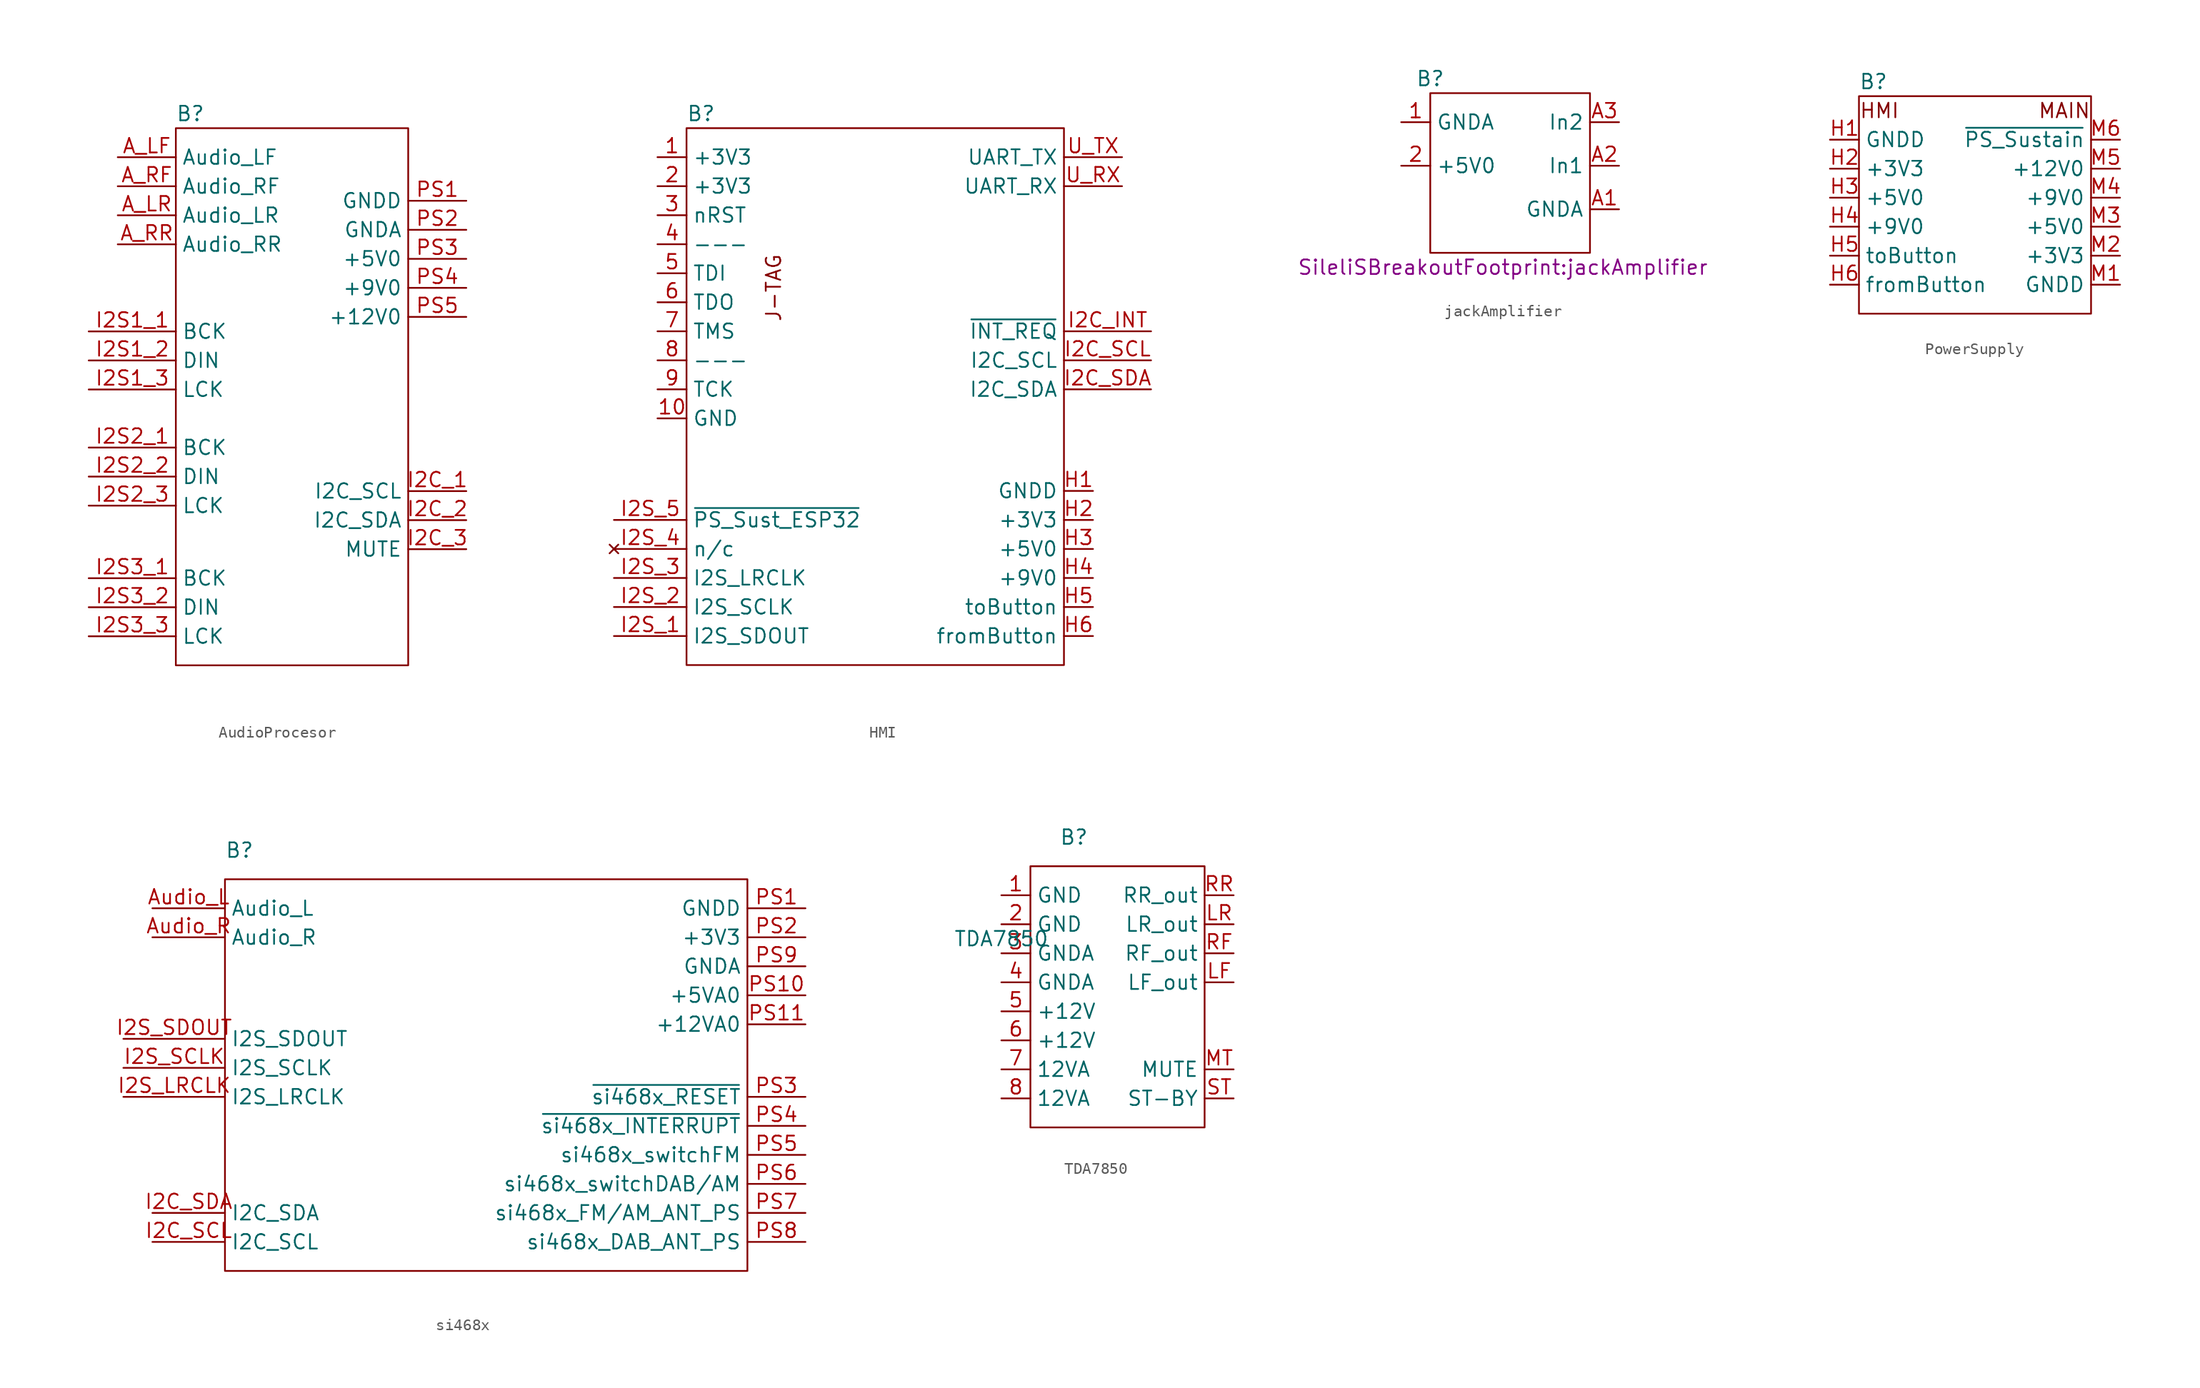
<source format=kicad_sym>
(kicad_symbol_lib
  (version 20220914)
  (generator kicad_symbol_editor)
  (symbol "AudioProcesor"
    (property "Reference" "B"
      (at -8.89 24.13 0)
      (effects (font (size 1.27 1.27))))
    (property "Value" ""
      (at 1.27 17.78 0)
      (effects (font (size 1.27 1.27))))
    (symbol "AudioProcesor_0_1"
      (rectangle (start -10.16 22.86) (end 10.16 -24.13) (stroke (width 0) (type default)) (fill (type none))))
    (symbol "AudioProcesor_1_1"
      (pin output line (at -15.24 20.32 0) (length 5.08) (name "Audio_LF" (effects (font (size 1.27 1.27)))) (number "A_LF" (effects (font (size 1.27 1.27)))))
      (pin output line (at -15.24 15.24 0) (length 5.08) (name "Audio_LR" (effects (font (size 1.27 1.27)))) (number "A_LR" (effects (font (size 1.27 1.27)))))
      (pin output line (at -15.24 17.78 0) (length 5.08) (name "Audio_RF" (effects (font (size 1.27 1.27)))) (number "A_RF" (effects (font (size 1.27 1.27)))))
      (pin output line (at -15.24 12.7 0) (length 5.08) (name "Audio_RR" (effects (font (size 1.27 1.27)))) (number "A_RR" (effects (font (size 1.27 1.27)))))
      (pin input line (at 15.24 -8.89 180) (length 5.08) (name "I2C_SCL" (effects (font (size 1.27 1.27)))) (number "I2C_1" (effects (font (size 1.27 1.27)))))
      (pin input line (at 15.24 -11.43 180) (length 5.08) (name "I2C_SDA" (effects (font (size 1.27 1.27)))) (number "I2C_2" (effects (font (size 1.27 1.27)))))
      (pin input line (at 15.24 -13.97 180) (length 5.08) (name "MUTE" (effects (font (size 1.27 1.27)))) (number "I2C_3" (effects (font (size 1.27 1.27)))))
      (pin input line (at -17.78 5.08 0) (length 7.62) (name "BCK" (effects (font (size 1.27 1.27)))) (number "I2S1_1" (effects (font (size 1.27 1.27)))))
      (pin input line (at -17.78 2.54 0) (length 7.62) (name "DIN" (effects (font (size 1.27 1.27)))) (number "I2S1_2" (effects (font (size 1.27 1.27)))))
      (pin input line (at -17.78 0 0) (length 7.62) (name "LCK" (effects (font (size 1.27 1.27)))) (number "I2S1_3" (effects (font (size 1.27 1.27)))))
      (pin input line (at -17.78 -5.08 0) (length 7.62) (name "BCK" (effects (font (size 1.27 1.27)))) (number "I2S2_1" (effects (font (size 1.27 1.27)))))
      (pin input line (at -17.78 -7.62 0) (length 7.62) (name "DIN" (effects (font (size 1.27 1.27)))) (number "I2S2_2" (effects (font (size 1.27 1.27)))))
      (pin input line (at -17.78 -10.16 0) (length 7.62) (name "LCK" (effects (font (size 1.27 1.27)))) (number "I2S2_3" (effects (font (size 1.27 1.27)))))
      (pin input line (at -17.78 -16.51 0) (length 7.62) (name "BCK" (effects (font (size 1.27 1.27)))) (number "I2S3_1" (effects (font (size 1.27 1.27)))))
      (pin input line (at -17.78 -19.05 0) (length 7.62) (name "DIN" (effects (font (size 1.27 1.27)))) (number "I2S3_2" (effects (font (size 1.27 1.27)))))
      (pin input line (at -17.78 -21.59 0) (length 7.62) (name "LCK" (effects (font (size 1.27 1.27)))) (number "I2S3_3" (effects (font (size 1.27 1.27)))))
      (pin input line (at 15.24 16.51 180) (length 5.08) (name "GNDD" (effects (font (size 1.27 1.27)))) (number "PS1" (effects (font (size 1.27 1.27)))))
      (pin input line (at 15.24 13.97 180) (length 5.08) (name "GNDA" (effects (font (size 1.27 1.27)))) (number "PS2" (effects (font (size 1.27 1.27)))))
      (pin input line (at 15.24 11.43 180) (length 5.08) (name "+5V0" (effects (font (size 1.27 1.27)))) (number "PS3" (effects (font (size 1.27 1.27)))))
      (pin input line (at 15.24 8.89 180) (length 5.08) (name "+9V0" (effects (font (size 1.27 1.27)))) (number "PS4" (effects (font (size 1.27 1.27)))))
      (pin input line (at 15.24 6.35 180) (length 5.08) (name "+12V0" (effects (font (size 1.27 1.27)))) (number "PS5" (effects (font (size 1.27 1.27)))))))
  (symbol "HMI"
    (property "Reference" "B"
      (at -15.24 24.13 0)
      (effects (font (size 1.27 1.27))))
    (property "Value" ""
      (at -2.54 13.97 0)
      (effects (font (size 1.27 1.27))))
    (symbol "HMI_1_1"
      (rectangle (start -16.51 22.86) (end 16.51 -24.13) (stroke (width 0) (type default)) (fill (type none)))
      (text "J-TAG" (at -8.89 8.89 900) (effects (font (size 1.27 1.27))))
      (pin input line (at -19.05 20.32 0) (length 2.54) (name "+3V3" (effects (font (size 1.27 1.27)))) (number "1" (effects (font (size 1.27 1.27)))))
      (pin input line (at -19.05 -2.54 0) (length 2.54) (name "GND" (effects (font (size 1.27 1.27)))) (number "10" (effects (font (size 1.27 1.27)))))
      (pin input line (at -19.05 17.78 0) (length 2.54) (name "+3V3" (effects (font (size 1.27 1.27)))) (number "2" (effects (font (size 1.27 1.27)))))
      (pin input line (at -19.05 15.24 0) (length 2.54) (name "nRST" (effects (font (size 1.27 1.27)))) (number "3" (effects (font (size 1.27 1.27)))))
      (pin input line (at -19.05 12.7 0) (length 2.54) (name "---" (effects (font (size 1.27 1.27)))) (number "4" (effects (font (size 1.27 1.27)))))
      (pin input line (at -19.05 10.16 0) (length 2.54) (name "TDI" (effects (font (size 1.27 1.27)))) (number "5" (effects (font (size 1.27 1.27)))))
      (pin input line (at -19.05 7.62 0) (length 2.54) (name "TDO" (effects (font (size 1.27 1.27)))) (number "6" (effects (font (size 1.27 1.27)))))
      (pin input line (at -19.05 5.08 0) (length 2.54) (name "TMS" (effects (font (size 1.27 1.27)))) (number "7" (effects (font (size 1.27 1.27)))))
      (pin input line (at -19.05 2.54 0) (length 2.54) (name "---" (effects (font (size 1.27 1.27)))) (number "8" (effects (font (size 1.27 1.27)))))
      (pin input line (at -19.05 0 0) (length 2.54) (name "TCK" (effects (font (size 1.27 1.27)))) (number "9" (effects (font (size 1.27 1.27)))))
      (pin power_out line (at 19.05 -8.89 180) (length 2.54) (name "GNDD" (effects (font (size 1.27 1.27)))) (number "H1" (effects (font (size 1.27 1.27)))))
      (pin power_out line (at 19.05 -11.43 180) (length 2.54) (name "+3V3" (effects (font (size 1.27 1.27)))) (number "H2" (effects (font (size 1.27 1.27)))))
      (pin power_out line (at 19.05 -13.97 180) (length 2.54) (name "+5V0" (effects (font (size 1.27 1.27)))) (number "H3" (effects (font (size 1.27 1.27)))))
      (pin power_out line (at 19.05 -16.51 180) (length 2.54) (name "+9V0" (effects (font (size 1.27 1.27)))) (number "H4" (effects (font (size 1.27 1.27)))))
      (pin output line (at 19.05 -19.05 180) (length 2.54) (name "toButton" (effects (font (size 1.27 1.27)))) (number "H5" (effects (font (size 1.27 1.27)))))
      (pin input line (at 19.05 -21.59 180) (length 2.54) (name "fromButton" (effects (font (size 1.27 1.27)))) (number "H6" (effects (font (size 1.27 1.27)))))
      (pin input line (at 24.13 5.08 180) (length 7.62) (name "~{INT_REQ}" (effects (font (size 1.27 1.27)))) (number "I2C_INT" (effects (font (size 1.27 1.27)))))
      (pin input line (at 24.13 2.54 180) (length 7.62) (name "I2C_SCL" (effects (font (size 1.27 1.27)))) (number "I2C_SCL" (effects (font (size 1.27 1.27)))))
      (pin input line (at 24.13 0 180) (length 7.62) (name "I2C_SDA" (effects (font (size 1.27 1.27)))) (number "I2C_SDA" (effects (font (size 1.27 1.27)))))
      (pin input line (at -22.86 -21.59 0) (length 6.35) (name "I2S_SDOUT" (effects (font (size 1.27 1.27)))) (number "I2S_1" (effects (font (size 1.27 1.27)))))
      (pin input line (at -22.86 -19.05 0) (length 6.35) (name "I2S_SCLK" (effects (font (size 1.27 1.27)))) (number "I2S_2" (effects (font (size 1.27 1.27)))))
      (pin input line (at -22.86 -16.51 0) (length 6.35) (name "I2S_LRCLK" (effects (font (size 1.27 1.27)))) (number "I2S_3" (effects (font (size 1.27 1.27)))))
      (pin no_connect line (at -22.86 -13.97 0) (length 6.35) (name "n/c" (effects (font (size 1.27 1.27)))) (number "I2S_4" (effects (font (size 1.27 1.27)))))
      (pin input line (at -22.86 -11.43 0) (length 6.35) (name "~{PS_Sust_ESP32}" (effects (font (size 1.27 1.27)))) (number "I2S_5" (effects (font (size 1.27 1.27)))))
      (pin input line (at 21.59 17.78 180) (length 5.08) (name "UART_RX" (effects (font (size 1.27 1.27)))) (number "U_RX" (effects (font (size 1.27 1.27)))))
      (pin input line (at 21.59 20.32 180) (length 5.08) (name "UART_TX" (effects (font (size 1.27 1.27)))) (number "U_TX" (effects (font (size 1.27 1.27)))))))
  (symbol "jackAmplifier"
    (property "Reference" "B"
      (at -7.62 6.35 0)
      (effects (font (size 1.27 1.27))))
    (property "Value" ""
      (at -5.08 0 0)
      (effects (font (size 1.27 1.27))))
    (property "Footprint" "SileliSBreakoutFootprint:jackAmplifier"
      (at -1.27 -10.16 0)
      (effects (font (size 1.27 1.27))))
    (symbol "jackAmplifier_0_1"
      (polyline (pts (xy -7.62 5.08) (xy -7.62 -8.89) (xy 6.35 -8.89) (xy 6.35 5.08) (xy -7.62 5.08)) (stroke (width 0) (type default)) (fill (type none))))
    (symbol "jackAmplifier_1_1"
      (pin input line (at -10.16 2.54 0) (length 2.54) (name "GNDA" (effects (font (size 1.27 1.27)))) (number "1" (effects (font (size 1.27 1.27)))))
      (pin input line (at -10.16 -1.27 0) (length 2.54) (name "+5V0" (effects (font (size 1.27 1.27)))) (number "2" (effects (font (size 1.27 1.27)))))
      (pin input line (at 8.89 -5.08 180) (length 2.54) (name "GNDA" (effects (font (size 1.27 1.27)))) (number "A1" (effects (font (size 1.27 1.27)))))
      (pin input line (at 8.89 -1.27 180) (length 2.54) (name "In1" (effects (font (size 1.27 1.27)))) (number "A2" (effects (font (size 1.27 1.27)))))
      (pin input line (at 8.89 2.54 180) (length 2.54) (name "In2" (effects (font (size 1.27 1.27)))) (number "A3" (effects (font (size 1.27 1.27)))))))
  (symbol "PowerSupply"
    (property "Reference" "B"
      (at -8.89 11.43 0)
      (effects (font (size 1.27 1.27))))
    (property "Value" ""
      (at 1.27 3.81 0)
      (effects (font (size 1.27 1.27))))
    (symbol "PowerSupply_0_1"
      (rectangle (start -10.16 10.16) (end 10.16 -8.89) (stroke (width 0) (type default)) (fill (type none))))
    (symbol "PowerSupply_1_1"
      (text "HMI" (at -10.16 8.89 0) (effects (font (size 1.27 1.27)) (justify left)))
      (text "MAIN" (at 10.16 8.89 0) (effects (font (size 1.27 1.27)) (justify right)))
      (pin power_out line (at -12.7 6.35 0) (length 2.54) (name "GNDD" (effects (font (size 1.27 1.27)))) (number "H1" (effects (font (size 1.27 1.27)))))
      (pin power_out line (at -12.7 3.81 0) (length 2.54) (name "+3V3" (effects (font (size 1.27 1.27)))) (number "H2" (effects (font (size 1.27 1.27)))))
      (pin power_out line (at -12.7 1.27 0) (length 2.54) (name "+5V0" (effects (font (size 1.27 1.27)))) (number "H3" (effects (font (size 1.27 1.27)))))
      (pin power_out line (at -12.7 -1.27 0) (length 2.54) (name "+9V0" (effects (font (size 1.27 1.27)))) (number "H4" (effects (font (size 1.27 1.27)))))
      (pin output line (at -12.7 -3.81 0) (length 2.54) (name "toButton" (effects (font (size 1.27 1.27)))) (number "H5" (effects (font (size 1.27 1.27)))))
      (pin input line (at -12.7 -6.35 0) (length 2.54) (name "fromButton" (effects (font (size 1.27 1.27)))) (number "H6" (effects (font (size 1.27 1.27)))))
      (pin power_out line (at 12.7 -6.35 180) (length 2.54) (name "GNDD" (effects (font (size 1.27 1.27)))) (number "M1" (effects (font (size 1.27 1.27)))))
      (pin power_out line (at 12.7 -3.81 180) (length 2.54) (name "+3V3" (effects (font (size 1.27 1.27)))) (number "M2" (effects (font (size 1.27 1.27)))))
      (pin power_out line (at 12.7 -1.27 180) (length 2.54) (name "+5V0" (effects (font (size 1.27 1.27)))) (number "M3" (effects (font (size 1.27 1.27)))))
      (pin power_out line (at 12.7 1.27 180) (length 2.54) (name "+9V0" (effects (font (size 1.27 1.27)))) (number "M4" (effects (font (size 1.27 1.27)))))
      (pin power_out line (at 12.7 3.81 180) (length 2.54) (name "+12V0" (effects (font (size 1.27 1.27)))) (number "M5" (effects (font (size 1.27 1.27)))))
      (pin input line (at 12.7 6.35 180) (length 2.54) (name "~{PS_Sustain}" (effects (font (size 1.27 1.27)))) (number "M6" (effects (font (size 1.27 1.27)))))))
  (symbol "si468x"
    (property "Reference" "B"
      (at -21.59 20.32 0)
      (effects (font (size 1.27 1.27))))
    (property "Value" ""
      (at -15.24 10.16 0)
      (effects (font (size 1.27 1.27))))
    (symbol "si468x_0_1"
      (rectangle (start -22.86 17.78) (end 22.86 -16.51) (stroke (width 0) (type default)) (fill (type none))))
    (symbol "si468x_1_1"
      (pin input line (at -29.21 15.24 0) (length 6.35) (name "Audio_L" (effects (font (size 1.27 1.27)))) (number "Audio_L" (effects (font (size 1.27 1.27)))))
      (pin input line (at -29.21 12.7 0) (length 6.35) (name "Audio_R" (effects (font (size 1.27 1.27)))) (number "Audio_R" (effects (font (size 1.27 1.27)))))
      (pin input line (at -29.21 -13.97 0) (length 6.35) (name "I2C_SCL" (effects (font (size 1.27 1.27)))) (number "I2C_SCL" (effects (font (size 1.27 1.27)))))
      (pin input line (at -29.21 -11.43 0) (length 6.35) (name "I2C_SDA" (effects (font (size 1.27 1.27)))) (number "I2C_SDA" (effects (font (size 1.27 1.27)))))
      (pin input line (at -31.75 -1.27 0) (length 8.89) (name "I2S_LRCLK" (effects (font (size 1.27 1.27)))) (number "I2S_LRCLK" (effects (font (size 1.27 1.27)))))
      (pin input line (at -31.75 1.27 0) (length 8.89) (name "I2S_SCLK" (effects (font (size 1.27 1.27)))) (number "I2S_SCLK" (effects (font (size 1.27 1.27)))))
      (pin input line (at -31.75 3.81 0) (length 8.89) (name "I2S_SDOUT" (effects (font (size 1.27 1.27)))) (number "I2S_SDOUT" (effects (font (size 1.27 1.27)))))
      (pin input line (at 27.94 15.24 180) (length 5.08) (name "GNDD" (effects (font (size 1.27 1.27)))) (number "PS1" (effects (font (size 1.27 1.27)))))
      (pin input line (at 27.94 7.62 180) (length 5.08) (name "+5VA0" (effects (font (size 1.27 1.27)))) (number "PS10" (effects (font (size 1.27 1.27)))))
      (pin input line (at 27.94 5.08 180) (length 5.08) (name "+12VA0" (effects (font (size 1.27 1.27)))) (number "PS11" (effects (font (size 1.27 1.27)))))
      (pin input line (at 27.94 12.7 180) (length 5.08) (name "+3V3" (effects (font (size 1.27 1.27)))) (number "PS2" (effects (font (size 1.27 1.27)))))
      (pin input line (at 27.94 -1.27 180) (length 5.08) (name "~{si468x_RESET}" (effects (font (size 1.27 1.27)))) (number "PS3" (effects (font (size 1.27 1.27)))))
      (pin input line (at 27.94 -3.81 180) (length 5.08) (name "~{si468x_INTERRUPT}" (effects (font (size 1.27 1.27)))) (number "PS4" (effects (font (size 1.27 1.27)))))
      (pin input line (at 27.94 -6.35 180) (length 5.08) (name "si468x_switchFM" (effects (font (size 1.27 1.27)))) (number "PS5" (effects (font (size 1.27 1.27)))))
      (pin input line (at 27.94 -8.89 180) (length 5.08) (name "si468x_switchDAB/AM" (effects (font (size 1.27 1.27)))) (number "PS6" (effects (font (size 1.27 1.27)))))
      (pin input line (at 27.94 -11.43 180) (length 5.08) (name "si468x_FM/AM_ANT_PS" (effects (font (size 1.27 1.27)))) (number "PS7" (effects (font (size 1.27 1.27)))))
      (pin input line (at 27.94 -13.97 180) (length 5.08) (name "si468x_DAB_ANT_PS" (effects (font (size 1.27 1.27)))) (number "PS8" (effects (font (size 1.27 1.27)))))
      (pin input line (at 27.94 10.16 180) (length 5.08) (name "GNDA" (effects (font (size 1.27 1.27)))) (number "PS9" (effects (font (size 1.27 1.27)))))))
  (symbol "TDA7850"
    (property "Reference" "B"
      (at -3.81 12.7 0)
      (effects (font (size 1.27 1.27))))
    (property "Value" "TDA7850"
      (at -10.16 3.81 0)
      (effects (font (size 1.27 1.27))))
    (symbol "TDA7850_0_1"
      (polyline (pts (xy -7.62 10.16) (xy -7.62 -12.7) (xy 7.62 -12.7) (xy 7.62 10.16) (xy -7.62 10.16)) (stroke (width 0) (type default)) (fill (type none))))
    (symbol "TDA7850_1_1"
      (pin input line (at -10.16 7.62 0) (length 2.54) (name "GND" (effects (font (size 1.27 1.27)))) (number "1" (effects (font (size 1.27 1.27)))))
      (pin input line (at -10.16 5.08 0) (length 2.54) (name "GND" (effects (font (size 1.27 1.27)))) (number "2" (effects (font (size 1.27 1.27)))))
      (pin output line (at -10.16 2.54 0) (length 2.54) (name "GNDA" (effects (font (size 1.27 1.27)))) (number "3" (effects (font (size 1.27 1.27)))))
      (pin output line (at -10.16 0 0) (length 2.54) (name "GNDA" (effects (font (size 1.27 1.27)))) (number "4" (effects (font (size 1.27 1.27)))))
      (pin input line (at -10.16 -2.54 0) (length 2.54) (name "+12V" (effects (font (size 1.27 1.27)))) (number "5" (effects (font (size 1.27 1.27)))))
      (pin input line (at -10.16 -5.08 0) (length 2.54) (name "+12V" (effects (font (size 1.27 1.27)))) (number "6" (effects (font (size 1.27 1.27)))))
      (pin output line (at -10.16 -7.62 0) (length 2.54) (name "12VA" (effects (font (size 1.27 1.27)))) (number "7" (effects (font (size 1.27 1.27)))))
      (pin output line (at -10.16 -10.16 0) (length 2.54) (name "12VA" (effects (font (size 1.27 1.27)))) (number "8" (effects (font (size 1.27 1.27)))))
      (pin input line (at 10.16 0 180) (length 2.54) (name "LF_out" (effects (font (size 1.27 1.27)))) (number "LF" (effects (font (size 1.27 1.27)))))
      (pin input line (at 10.16 5.08 180) (length 2.54) (name "LR_out" (effects (font (size 1.27 1.27)))) (number "LR" (effects (font (size 1.27 1.27)))))
      (pin input line (at 10.16 -7.62 180) (length 2.54) (name "MUTE" (effects (font (size 1.27 1.27)))) (number "MT" (effects (font (size 1.27 1.27)))))
      (pin input line (at 10.16 2.54 180) (length 2.54) (name "RF_out" (effects (font (size 1.27 1.27)))) (number "RF" (effects (font (size 1.27 1.27)))))
      (pin input line (at 10.16 7.62 180) (length 2.54) (name "RR_out" (effects (font (size 1.27 1.27)))) (number "RR" (effects (font (size 1.27 1.27)))))
      (pin input line (at 10.16 -10.16 180) (length 2.54) (name "ST-BY" (effects (font (size 1.27 1.27)))) (number "ST" (effects (font (size 1.27 1.27))))))))
</source>
